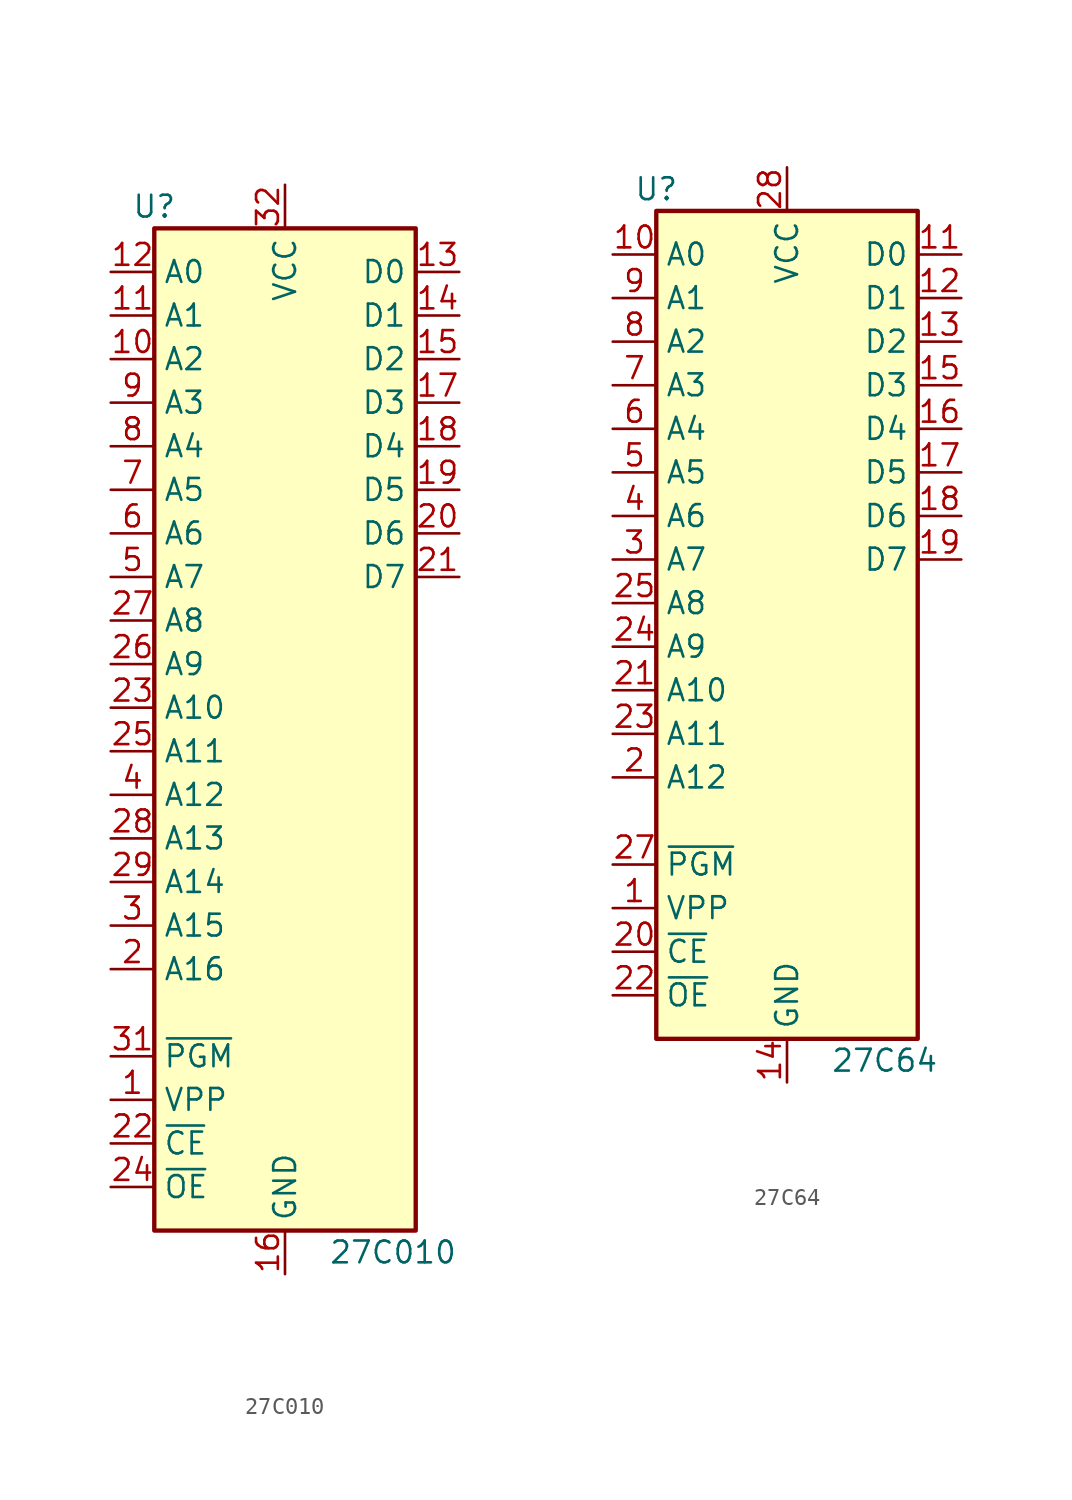
<source format=kicad_sym>
(kicad_symbol_lib
  (version 20201005)
  (generator kicad_symbol_editor)
  (symbol "27C010"
    (property "Reference" "U"
      (at -7.62 29.21 0)
      (effects (font (size 1.27 1.27))))
    (property "Value" "27C010"
      (at 2.54 -31.75 0)
      (effects (font (size 1.27 1.27)) (justify left)))
    (symbol "27C010_1_1"
      (rectangle (start -7.62 27.94) (end 7.62 -30.48) (stroke (width 0.254)) (fill (type background)))
      (pin input line (at -10.16 -22.86 0) (length 2.54) (name "VPP" (effects (font (size 1.27 1.27)))) (number "1" (effects (font (size 1.27 1.27)))))
      (pin input line (at -10.16 -15.24 0) (length 2.54) (name "A16" (effects (font (size 1.27 1.27)))) (number "2" (effects (font (size 1.27 1.27)))))
      (pin input line (at -10.16 -12.7 0) (length 2.54) (name "A15" (effects (font (size 1.27 1.27)))) (number "3" (effects (font (size 1.27 1.27)))))
      (pin input line (at -10.16 -5.08 0) (length 2.54) (name "A12" (effects (font (size 1.27 1.27)))) (number "4" (effects (font (size 1.27 1.27)))))
      (pin input line (at -10.16 7.62 0) (length 2.54) (name "A7" (effects (font (size 1.27 1.27)))) (number "5" (effects (font (size 1.27 1.27)))))
      (pin input line (at -10.16 10.16 0) (length 2.54) (name "A6" (effects (font (size 1.27 1.27)))) (number "6" (effects (font (size 1.27 1.27)))))
      (pin input line (at -10.16 12.7 0) (length 2.54) (name "A5" (effects (font (size 1.27 1.27)))) (number "7" (effects (font (size 1.27 1.27)))))
      (pin input line (at -10.16 15.24 0) (length 2.54) (name "A4" (effects (font (size 1.27 1.27)))) (number "8" (effects (font (size 1.27 1.27)))))
      (pin input line (at -10.16 17.78 0) (length 2.54) (name "A3" (effects (font (size 1.27 1.27)))) (number "9" (effects (font (size 1.27 1.27)))))
      (pin input line (at -10.16 20.32 0) (length 2.54) (name "A2" (effects (font (size 1.27 1.27)))) (number "10" (effects (font (size 1.27 1.27)))))
      (pin tri_state line (at 10.16 10.16 180) (length 2.54) (name "D6" (effects (font (size 1.27 1.27)))) (number "20" (effects (font (size 1.27 1.27)))))
      (pin input line (at -10.16 22.86 0) (length 2.54) (name "A1" (effects (font (size 1.27 1.27)))) (number "11" (effects (font (size 1.27 1.27)))))
      (pin tri_state line (at 10.16 7.62 180) (length 2.54) (name "D7" (effects (font (size 1.27 1.27)))) (number "21" (effects (font (size 1.27 1.27)))))
      (pin input line (at -10.16 -20.32 0) (length 2.54) (name "~PGM" (effects (font (size 1.27 1.27)))) (number "31" (effects (font (size 1.27 1.27)))))
      (pin input line (at -10.16 25.4 0) (length 2.54) (name "A0" (effects (font (size 1.27 1.27)))) (number "12" (effects (font (size 1.27 1.27)))))
      (pin input line (at -10.16 -25.4 0) (length 2.54) (name "~CE" (effects (font (size 1.27 1.27)))) (number "22" (effects (font (size 1.27 1.27)))))
      (pin power_in line (at 0 30.48 270) (length 2.54) (name "VCC" (effects (font (size 1.27 1.27)))) (number "32" (effects (font (size 1.27 1.27)))))
      (pin tri_state line (at 10.16 25.4 180) (length 2.54) (name "D0" (effects (font (size 1.27 1.27)))) (number "13" (effects (font (size 1.27 1.27)))))
      (pin input line (at -10.16 0 0) (length 2.54) (name "A10" (effects (font (size 1.27 1.27)))) (number "23" (effects (font (size 1.27 1.27)))))
      (pin tri_state line (at 10.16 22.86 180) (length 2.54) (name "D1" (effects (font (size 1.27 1.27)))) (number "14" (effects (font (size 1.27 1.27)))))
      (pin input line (at -10.16 -27.94 0) (length 2.54) (name "~OE" (effects (font (size 1.27 1.27)))) (number "24" (effects (font (size 1.27 1.27)))))
      (pin tri_state line (at 10.16 20.32 180) (length 2.54) (name "D2" (effects (font (size 1.27 1.27)))) (number "15" (effects (font (size 1.27 1.27)))))
      (pin input line (at -10.16 -2.54 0) (length 2.54) (name "A11" (effects (font (size 1.27 1.27)))) (number "25" (effects (font (size 1.27 1.27)))))
      (pin power_in line (at 0 -33.02 90) (length 2.54) (name "GND" (effects (font (size 1.27 1.27)))) (number "16" (effects (font (size 1.27 1.27)))))
      (pin input line (at -10.16 2.54 0) (length 2.54) (name "A9" (effects (font (size 1.27 1.27)))) (number "26" (effects (font (size 1.27 1.27)))))
      (pin tri_state line (at 10.16 17.78 180) (length 2.54) (name "D3" (effects (font (size 1.27 1.27)))) (number "17" (effects (font (size 1.27 1.27)))))
      (pin input line (at -10.16 5.08 0) (length 2.54) (name "A8" (effects (font (size 1.27 1.27)))) (number "27" (effects (font (size 1.27 1.27)))))
      (pin tri_state line (at 10.16 15.24 180) (length 2.54) (name "D4" (effects (font (size 1.27 1.27)))) (number "18" (effects (font (size 1.27 1.27)))))
      (pin input line (at -10.16 -7.62 0) (length 2.54) (name "A13" (effects (font (size 1.27 1.27)))) (number "28" (effects (font (size 1.27 1.27)))))
      (pin tri_state line (at 10.16 12.7 180) (length 2.54) (name "D5" (effects (font (size 1.27 1.27)))) (number "19" (effects (font (size 1.27 1.27)))))
      (pin input line (at -10.16 -10.16 0) (length 2.54) (name "A14" (effects (font (size 1.27 1.27)))) (number "29" (effects (font (size 1.27 1.27)))))))
  (symbol "27C64"
    (property "Reference" "U"
      (at -7.62 24.13 0)
      (effects (font (size 1.27 1.27))))
    (property "Value" "27C64"
      (at 2.54 -26.67 0)
      (effects (font (size 1.27 1.27)) (justify left)))
    (symbol "27C64_1_1"
      (rectangle (start -7.62 22.86) (end 7.62 -25.4) (stroke (width 0.254)) (fill (type background)))
      (pin input line (at -10.16 -17.78 0) (length 2.54) (name "VPP" (effects (font (size 1.27 1.27)))) (number "1" (effects (font (size 1.27 1.27)))))
      (pin input line (at -10.16 -10.16 0) (length 2.54) (name "A12" (effects (font (size 1.27 1.27)))) (number "2" (effects (font (size 1.27 1.27)))))
      (pin input line (at -10.16 2.54 0) (length 2.54) (name "A7" (effects (font (size 1.27 1.27)))) (number "3" (effects (font (size 1.27 1.27)))))
      (pin input line (at -10.16 5.08 0) (length 2.54) (name "A6" (effects (font (size 1.27 1.27)))) (number "4" (effects (font (size 1.27 1.27)))))
      (pin input line (at -10.16 7.62 0) (length 2.54) (name "A5" (effects (font (size 1.27 1.27)))) (number "5" (effects (font (size 1.27 1.27)))))
      (pin input line (at -10.16 10.16 0) (length 2.54) (name "A4" (effects (font (size 1.27 1.27)))) (number "6" (effects (font (size 1.27 1.27)))))
      (pin input line (at -10.16 12.7 0) (length 2.54) (name "A3" (effects (font (size 1.27 1.27)))) (number "7" (effects (font (size 1.27 1.27)))))
      (pin input line (at -10.16 15.24 0) (length 2.54) (name "A2" (effects (font (size 1.27 1.27)))) (number "8" (effects (font (size 1.27 1.27)))))
      (pin input line (at -10.16 17.78 0) (length 2.54) (name "A1" (effects (font (size 1.27 1.27)))) (number "9" (effects (font (size 1.27 1.27)))))
      (pin input line (at -10.16 20.32 0) (length 2.54) (name "A0" (effects (font (size 1.27 1.27)))) (number "10" (effects (font (size 1.27 1.27)))))
      (pin input line (at -10.16 -20.32 0) (length 2.54) (name "~CE" (effects (font (size 1.27 1.27)))) (number "20" (effects (font (size 1.27 1.27)))))
      (pin tri_state line (at 10.16 20.32 180) (length 2.54) (name "D0" (effects (font (size 1.27 1.27)))) (number "11" (effects (font (size 1.27 1.27)))))
      (pin input line (at -10.16 -5.08 0) (length 2.54) (name "A10" (effects (font (size 1.27 1.27)))) (number "21" (effects (font (size 1.27 1.27)))))
      (pin tri_state line (at 10.16 17.78 180) (length 2.54) (name "D1" (effects (font (size 1.27 1.27)))) (number "12" (effects (font (size 1.27 1.27)))))
      (pin input line (at -10.16 -22.86 0) (length 2.54) (name "~OE" (effects (font (size 1.27 1.27)))) (number "22" (effects (font (size 1.27 1.27)))))
      (pin tri_state line (at 10.16 15.24 180) (length 2.54) (name "D2" (effects (font (size 1.27 1.27)))) (number "13" (effects (font (size 1.27 1.27)))))
      (pin input line (at -10.16 -7.62 0) (length 2.54) (name "A11" (effects (font (size 1.27 1.27)))) (number "23" (effects (font (size 1.27 1.27)))))
      (pin power_in line (at 0 -27.94 90) (length 2.54) (name "GND" (effects (font (size 1.27 1.27)))) (number "14" (effects (font (size 1.27 1.27)))))
      (pin input line (at -10.16 -2.54 0) (length 2.54) (name "A9" (effects (font (size 1.27 1.27)))) (number "24" (effects (font (size 1.27 1.27)))))
      (pin tri_state line (at 10.16 12.7 180) (length 2.54) (name "D3" (effects (font (size 1.27 1.27)))) (number "15" (effects (font (size 1.27 1.27)))))
      (pin input line (at -10.16 0 0) (length 2.54) (name "A8" (effects (font (size 1.27 1.27)))) (number "25" (effects (font (size 1.27 1.27)))))
      (pin tri_state line (at 10.16 10.16 180) (length 2.54) (name "D4" (effects (font (size 1.27 1.27)))) (number "16" (effects (font (size 1.27 1.27)))))
      (pin no_connect line (at 7.62 0 180) (length 2.54) hide (name "NC" (effects (font (size 1.27 1.27)))) (number "26" (effects (font (size 1.27 1.27)))))
      (pin tri_state line (at 10.16 7.62 180) (length 2.54) (name "D5" (effects (font (size 1.27 1.27)))) (number "17" (effects (font (size 1.27 1.27)))))
      (pin input line (at -10.16 -15.24 0) (length 2.54) (name "~PGM" (effects (font (size 1.27 1.27)))) (number "27" (effects (font (size 1.27 1.27)))))
      (pin tri_state line (at 10.16 5.08 180) (length 2.54) (name "D6" (effects (font (size 1.27 1.27)))) (number "18" (effects (font (size 1.27 1.27)))))
      (pin power_in line (at 0 25.4 270) (length 2.54) (name "VCC" (effects (font (size 1.27 1.27)))) (number "28" (effects (font (size 1.27 1.27)))))
      (pin tri_state line (at 10.16 2.54 180) (length 2.54) (name "D7" (effects (font (size 1.27 1.27)))) (number "19" (effects (font (size 1.27 1.27))))))))
</source>
